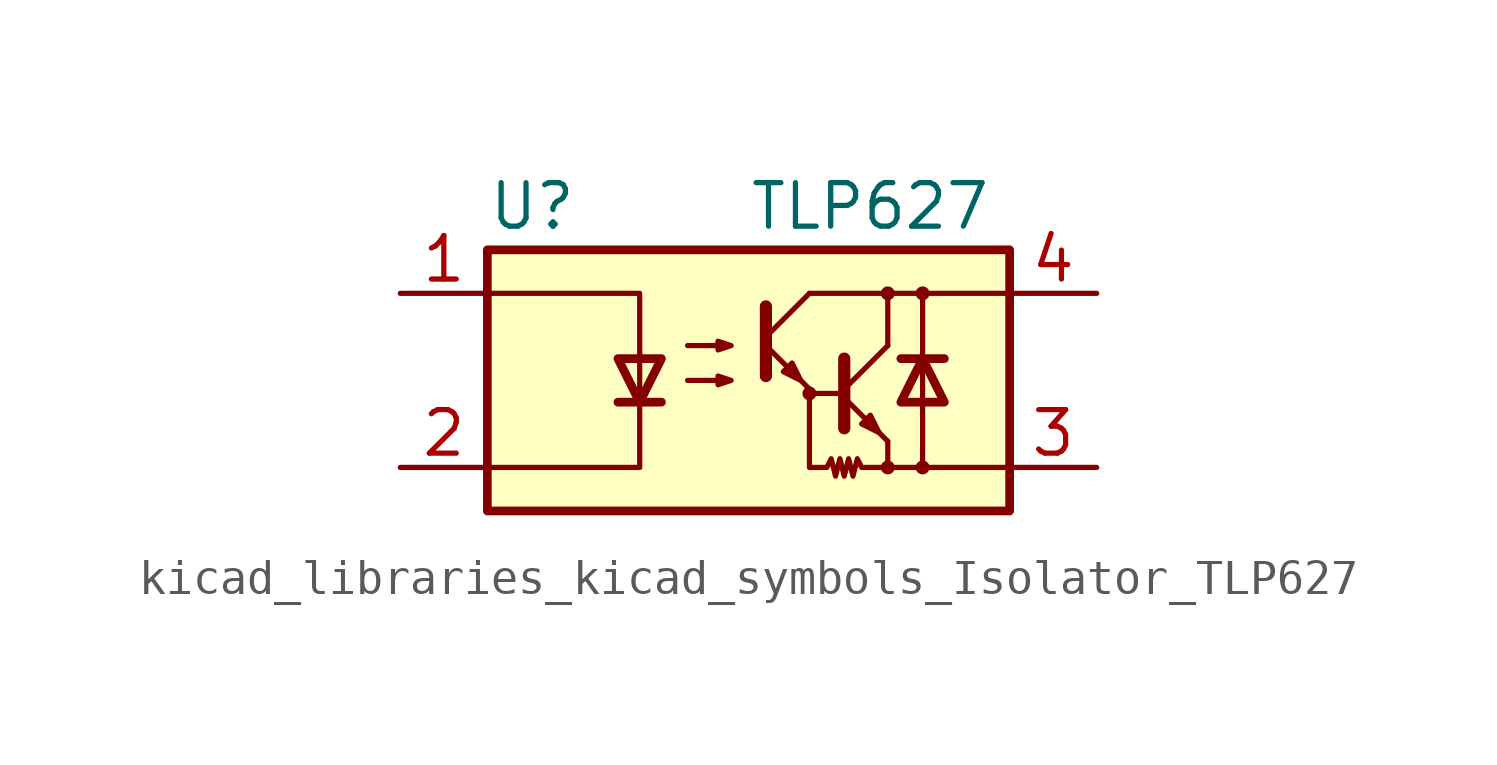
<source format=kicad_sym>
(kicad_symbol_lib
  (version 20220914)
  (generator kicad_symbol_editor)
  (symbol "kicad_libraries_kicad_symbols_Isolator_TLP627"
    (pin_names
      (offset 1.016))
    (property "Reference" "U"
      (at -7.62 5.08 0)
      (effects (font (size 1.27 1.27)) (justify left)))
    (property "Value" "TLP627"
      (at 0 5.08 0)
      (effects (font (size 1.27 1.27)) (justify left)))
    (symbol "kicad_libraries_kicad_symbols_Isolator_TLP627_0_1"
      (rectangle (start -7.62 3.81) (end 7.62 -3.81) (stroke (width 0.254) (type default)) (fill (type background)))
      (polyline (pts (xy -3.81 -0.635) (xy -2.54 -0.635)) (stroke (width 0.254) (type default)) (fill (type none)))
      (polyline (pts (xy 0.508 1.016) (xy 1.778 -0.254)) (stroke (width 0) (type default)) (fill (type none)))
      (polyline (pts (xy 0.508 1.27) (xy 1.778 2.54)) (stroke (width 0) (type default)) (fill (type none)))
      (polyline (pts (xy 0.508 2.159) (xy 0.508 0.127)) (stroke (width 0.356) (type default)) (fill (type none)))
      (polyline (pts (xy 1.778 2.54) (xy 7.62 2.54)) (stroke (width 0) (type default)) (fill (type none)))
      (polyline (pts (xy 2.794 -0.508) (xy 4.064 -1.778)) (stroke (width 0) (type default)) (fill (type none)))
      (polyline (pts (xy 2.794 -0.381) (xy 1.778 -0.381)) (stroke (width 0) (type default)) (fill (type none)))
      (polyline (pts (xy 2.794 -0.254) (xy 4.064 1.016)) (stroke (width 0) (type default)) (fill (type none)))
      (polyline (pts (xy 4.064 -2.54) (xy 7.62 -2.54)) (stroke (width 0) (type default)) (fill (type none)))
      (polyline (pts (xy 4.064 -1.778) (xy 4.064 -2.54)) (stroke (width 0) (type default)) (fill (type none)))
      (polyline (pts (xy 4.064 1.016) (xy 4.064 2.54)) (stroke (width 0) (type default)) (fill (type none)))
      (polyline (pts (xy 4.445 0.635) (xy 5.715 0.635)) (stroke (width 0.254) (type default)) (fill (type none)))
      (polyline (pts (xy 5.08 -0.635) (xy 5.08 -2.54)) (stroke (width 0) (type default)) (fill (type none)))
      (polyline (pts (xy 5.08 -0.635) (xy 5.08 2.54)) (stroke (width 0) (type default)) (fill (type none)))
      (polyline (pts (xy -7.62 2.54) (xy -3.175 2.54) (xy -3.175 0.635)) (stroke (width 0) (type default)) (fill (type none)))
      (polyline (pts (xy -3.175 0.762) (xy -3.175 -2.54) (xy -7.62 -2.54)) (stroke (width 0) (type default)) (fill (type none)))
      (polyline (pts (xy 2.794 0.635) (xy 2.794 -1.397) (xy 2.794 -1.397)) (stroke (width 0.356) (type default)) (fill (type none)))
      (polyline (pts (xy -3.175 -0.635) (xy -3.81 0.635) (xy -2.54 0.635) (xy -3.175 -0.635)) (stroke (width 0.254) (type default)) (fill (type none)))
      (polyline (pts (xy 1.524 0) (xy 1.27 0.508) (xy 1.016 0.254) (xy 1.524 0)) (stroke (width 0) (type default)) (fill (type none)))
      (polyline (pts (xy 3.81 -1.524) (xy 3.556 -1.016) (xy 3.302 -1.27) (xy 3.81 -1.524)) (stroke (width 0) (type default)) (fill (type none)))
      (polyline (pts (xy 5.08 0.635) (xy 4.445 -0.635) (xy 5.715 -0.635) (xy 5.08 0.635)) (stroke (width 0.254) (type default)) (fill (type none)))
      (polyline (pts (xy -1.778 0) (xy -0.508 0) (xy -0.889 -0.127) (xy -0.889 0.127) (xy -0.508 0)) (stroke (width 0) (type default)) (fill (type none)))
      (polyline (pts (xy -1.778 1.016) (xy -0.508 1.016) (xy -0.889 0.889) (xy -0.889 1.143) (xy -0.508 1.016)) (stroke (width 0) (type default)) (fill (type none)))
      (polyline (pts (xy 1.778 -0.254) (xy 1.778 -2.54) (xy 2.286 -2.54) (xy 2.413 -2.286) (xy 2.54 -2.794) (xy 2.667 -2.286) (xy 2.794 -2.794) (xy 2.921 -2.286) (xy 3.048 -2.794) (xy 3.175 -2.286) (xy 3.302 -2.54) (xy 4.064 -2.54)) (stroke (width 0) (type default)) (fill (type none)))
      (circle (center 1.778 -0.381) (radius 0.127) (stroke (width 0) (type default)) (fill (type none)))
      (circle (center 4.064 -2.54) (radius 0.127) (stroke (width 0) (type default)) (fill (type none)))
      (circle (center 4.064 2.54) (radius 0.127) (stroke (width 0) (type default)) (fill (type none)))
      (circle (center 5.08 -2.54) (radius 0.127) (stroke (width 0) (type default)) (fill (type none)))
      (circle (center 5.08 2.54) (radius 0.127) (stroke (width 0) (type default)) (fill (type none))))
    (symbol "kicad_libraries_kicad_symbols_Isolator_TLP627_1_1"
      (pin passive line (at -10.16 2.54 0) (length 2.54) (name "~" (effects (font (size 1.27 1.27)))) (number "1" (effects (font (size 1.27 1.27)))))
      (pin passive line (at -10.16 -2.54 0) (length 2.54) (name "~" (effects (font (size 1.27 1.27)))) (number "2" (effects (font (size 1.27 1.27)))))
      (pin passive line (at 10.16 -2.54 180) (length 2.54) (name "~" (effects (font (size 1.27 1.27)))) (number "3" (effects (font (size 1.27 1.27)))))
      (pin passive line (at 10.16 2.54 180) (length 2.54) (name "~" (effects (font (size 1.27 1.27)))) (number "4" (effects (font (size 1.27 1.27))))))))
</source>
